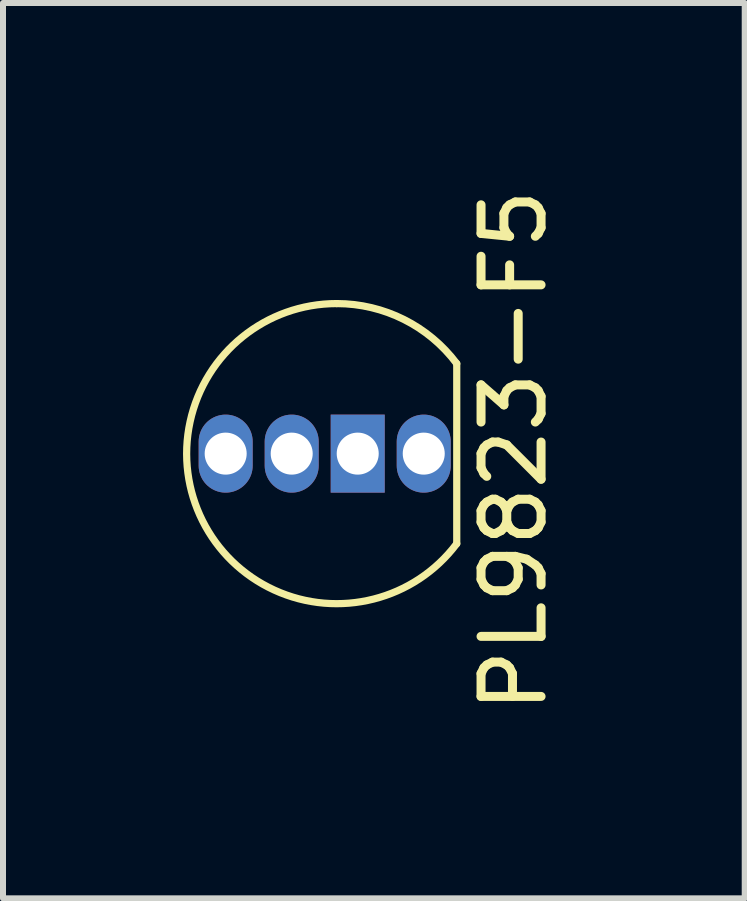
<source format=kicad_pcb>
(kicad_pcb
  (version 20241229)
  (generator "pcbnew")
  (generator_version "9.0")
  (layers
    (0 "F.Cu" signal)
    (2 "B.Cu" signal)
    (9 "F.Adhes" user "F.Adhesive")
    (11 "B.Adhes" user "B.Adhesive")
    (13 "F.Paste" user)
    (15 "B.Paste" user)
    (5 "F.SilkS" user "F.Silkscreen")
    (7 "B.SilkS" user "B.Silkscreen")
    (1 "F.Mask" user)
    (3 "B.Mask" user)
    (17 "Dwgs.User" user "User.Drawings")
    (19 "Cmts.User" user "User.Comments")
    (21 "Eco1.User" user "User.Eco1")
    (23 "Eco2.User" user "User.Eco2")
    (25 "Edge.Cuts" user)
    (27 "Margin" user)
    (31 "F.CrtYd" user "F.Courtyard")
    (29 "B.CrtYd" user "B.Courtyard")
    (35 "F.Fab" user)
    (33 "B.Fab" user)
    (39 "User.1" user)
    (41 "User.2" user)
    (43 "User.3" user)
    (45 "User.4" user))
  (footprint "PL9823-F5"
    (layer "F.Cu")
    (at 2.56 4.508)
    (property "Reference" "PL9823-F5" (at 2.95 -0.05 90) (layer "F.SilkS") (effects (font (size 1 1) (thickness 0.15))))
    (attr through_hole)
    (fp_line (start 2 -1.5) (end 2 1.5) (stroke (width 0.12) (type solid)) (layer "F.SilkS"))
    (fp_arc (start -0.000001 -2.499999) (mid 1.118033 -2.236067) (end 1.999999 -1.5) (stroke (width 0.12) (type solid)) (layer "F.SilkS"))
    (fp_arc (start 2 1.5) (mid -2.236068 1.118034) (end 0 -2.5) (stroke (width 0.12) (type solid)) (layer "F.SilkS"))
    (pad "1" thru_hole rect (at 0.35 0) (size 0.9 1.3) (drill 0.7) (layers "*.Cu" "*.Mask"))
    (pad "2" thru_hole oval (at 1.45 0) (size 0.9 1.3) (drill 0.7) (layers "*.Cu" "*.Mask"))
    (pad "3" thru_hole oval (at -0.75 0) (size 0.9 1.3) (drill 0.7) (layers "*.Cu" "*.Mask"))
    (pad "4" thru_hole oval (at -1.85 0) (size 0.9 1.3) (drill 0.7) (layers "*.Cu" "*.Mask")))
  (gr_rect
    (start -3 -3)
    (end 9.358 11.917)
    (stroke (width 0.1) (type default))
    (fill no)
    (layer "Edge.Cuts")))
</source>
